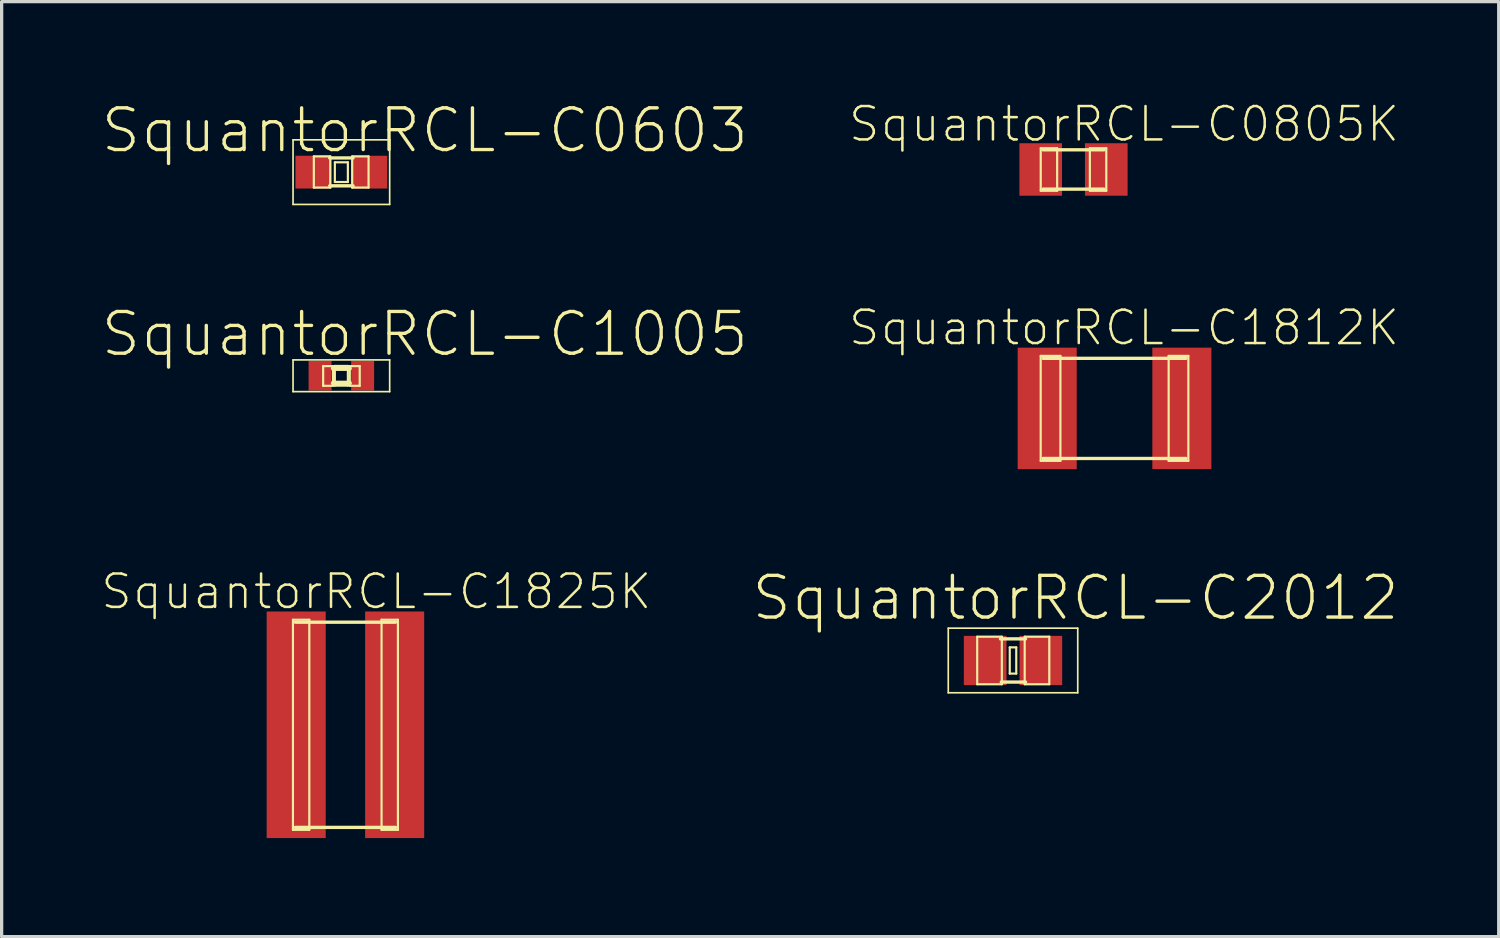
<source format=kicad_pcb>
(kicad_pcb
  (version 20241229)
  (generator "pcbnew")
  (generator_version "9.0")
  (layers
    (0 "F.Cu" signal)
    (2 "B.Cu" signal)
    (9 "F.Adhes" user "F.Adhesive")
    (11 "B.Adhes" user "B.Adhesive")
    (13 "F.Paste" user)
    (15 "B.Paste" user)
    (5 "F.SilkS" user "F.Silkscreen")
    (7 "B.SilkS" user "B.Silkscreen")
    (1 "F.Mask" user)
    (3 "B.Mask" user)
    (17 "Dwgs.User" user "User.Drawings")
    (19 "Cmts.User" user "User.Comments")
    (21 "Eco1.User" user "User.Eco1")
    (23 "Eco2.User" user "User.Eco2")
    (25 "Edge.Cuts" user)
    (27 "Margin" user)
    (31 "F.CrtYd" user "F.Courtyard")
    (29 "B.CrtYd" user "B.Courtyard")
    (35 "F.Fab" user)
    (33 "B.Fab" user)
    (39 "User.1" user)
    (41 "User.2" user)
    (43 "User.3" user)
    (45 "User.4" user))
  (footprint "SquantorRCL-C0805K"
    (layer "F.Cu")
    (at 29.634 2.11)
    (property "Reference" "SquantorRCL-C0805K" (at 1.539 -1.382 0) (layer "F.SilkS") (effects (font (size 1.016 1.016) (thickness 0.076))))
    (attr smd)
    (fp_line (start -0.998 -0.648) (end -0.498 -0.648) (stroke (width 0.066) (type solid)) (layer "F.SilkS"))
    (fp_line (start -0.998 0.648) (end -0.998 -0.648) (stroke (width 0.066) (type solid)) (layer "F.SilkS"))
    (fp_line (start -0.998 0.648) (end -0.498 0.648) (stroke (width 0.066) (type solid)) (layer "F.SilkS"))
    (fp_line (start -0.925 -0.599) (end 0.925 -0.599) (stroke (width 0.102) (type solid)) (layer "F.SilkS"))
    (fp_line (start -0.498 0.648) (end -0.498 -0.648) (stroke (width 0.066) (type solid)) (layer "F.SilkS"))
    (fp_line (start 0.498 -0.648) (end 0.998 -0.648) (stroke (width 0.066) (type solid)) (layer "F.SilkS"))
    (fp_line (start 0.498 0.648) (end 0.498 -0.648) (stroke (width 0.066) (type solid)) (layer "F.SilkS"))
    (fp_line (start 0.498 0.648) (end 0.998 0.648) (stroke (width 0.066) (type solid)) (layer "F.SilkS"))
    (fp_line (start 0.925 0.599) (end -0.925 0.599) (stroke (width 0.102) (type solid)) (layer "F.SilkS"))
    (fp_line (start 0.998 0.648) (end 0.998 -0.648) (stroke (width 0.066) (type solid)) (layer "F.SilkS"))
    (pad "1" smd rect (at -0.998 0) (size 1.298 1.598) (layers "F.Cu" "F.Mask" "F.Paste"))
    (pad "2" smd rect (at 0.998 0) (size 1.298 1.598) (layers "F.Cu" "F.Mask" "F.Paste")))
  (footprint "SquantorRCL-C1812K"
    (layer "F.Cu")
    (at 30.883 9.384)
    (property "Reference" "SquantorRCL-C1812K" (at 0.29 -2.456 0) (layer "F.SilkS") (effects (font (size 1.016 1.016) (thickness 0.076))))
    (attr smd)
    (fp_line (start -2.248 -1.598) (end -1.648 -1.598) (stroke (width 0.066) (type solid)) (layer "F.SilkS"))
    (fp_line (start -2.248 1.598) (end -2.248 -1.598) (stroke (width 0.066) (type solid)) (layer "F.SilkS"))
    (fp_line (start -2.248 1.598) (end -1.648 1.598) (stroke (width 0.066) (type solid)) (layer "F.SilkS"))
    (fp_line (start -2.174 -1.524) (end 2.174 -1.524) (stroke (width 0.102) (type solid)) (layer "F.SilkS"))
    (fp_line (start -1.648 1.598) (end -1.648 -1.598) (stroke (width 0.066) (type solid)) (layer "F.SilkS"))
    (fp_line (start 1.648 -1.598) (end 2.248 -1.598) (stroke (width 0.066) (type solid)) (layer "F.SilkS"))
    (fp_line (start 1.648 1.598) (end 1.648 -1.598) (stroke (width 0.066) (type solid)) (layer "F.SilkS"))
    (fp_line (start 1.648 1.598) (end 2.248 1.598) (stroke (width 0.066) (type solid)) (layer "F.SilkS"))
    (fp_line (start 2.174 1.524) (end -2.174 1.524) (stroke (width 0.102) (type solid)) (layer "F.SilkS"))
    (fp_line (start 2.248 1.598) (end 2.248 -1.598) (stroke (width 0.066) (type solid)) (layer "F.SilkS"))
    (pad "1" smd rect (at -2.05 0) (size 1.798 3.698) (layers "F.Cu" "F.Mask" "F.Paste"))
    (pad "2" smd rect (at 2.05 0) (size 1.798 3.698) (layers "F.Cu" "F.Mask" "F.Paste")))
  (footprint "SquantorRCL-C2012"
    (layer "F.Cu")
    (at 27.792 17.059)
    (property "Reference" "SquantorRCL-C2012" (at 1.905 -1.905 0) (layer "F.SilkS") (effects (font (size 1.27 1.27) (thickness 0.102))))
    (attr smd)
    (fp_line (start -1.971 -0.983) (end 1.971 -0.983) (stroke (width 0.051) (type solid)) (layer "F.SilkS"))
    (fp_line (start -1.971 0.983) (end -1.971 -0.983) (stroke (width 0.051) (type solid)) (layer "F.SilkS"))
    (fp_line (start -1.09 -0.724) (end -0.34 -0.724) (stroke (width 0.066) (type solid)) (layer "F.SilkS"))
    (fp_line (start -1.09 0.724) (end -1.09 -0.724) (stroke (width 0.066) (type solid)) (layer "F.SilkS"))
    (fp_line (start -1.09 0.724) (end -0.34 0.724) (stroke (width 0.066) (type solid)) (layer "F.SilkS"))
    (fp_line (start -0.381 -0.658) (end 0.381 -0.658) (stroke (width 0.102) (type solid)) (layer "F.SilkS"))
    (fp_line (start -0.356 0.658) (end 0.381 0.658) (stroke (width 0.102) (type solid)) (layer "F.SilkS"))
    (fp_line (start -0.34 0.724) (end -0.34 -0.724) (stroke (width 0.066) (type solid)) (layer "F.SilkS"))
    (fp_line (start -0.099 -0.399) (end 0.099 -0.399) (stroke (width 0.066) (type solid)) (layer "F.SilkS"))
    (fp_line (start -0.099 0.399) (end -0.099 -0.399) (stroke (width 0.066) (type solid)) (layer "F.SilkS"))
    (fp_line (start -0.099 0.399) (end 0.099 0.399) (stroke (width 0.066) (type solid)) (layer "F.SilkS"))
    (fp_line (start 0.099 0.399) (end 0.099 -0.399) (stroke (width 0.066) (type solid)) (layer "F.SilkS"))
    (fp_line (start 0.356 -0.724) (end 1.105 -0.724) (stroke (width 0.066) (type solid)) (layer "F.SilkS"))
    (fp_line (start 0.356 0.724) (end 0.356 -0.724) (stroke (width 0.066) (type solid)) (layer "F.SilkS"))
    (fp_line (start 0.356 0.724) (end 1.105 0.724) (stroke (width 0.066) (type solid)) (layer "F.SilkS"))
    (fp_line (start 1.105 0.724) (end 1.105 -0.724) (stroke (width 0.066) (type solid)) (layer "F.SilkS"))
    (fp_line (start 1.971 -0.983) (end 1.971 0.983) (stroke (width 0.051) (type solid)) (layer "F.SilkS"))
    (fp_line (start 1.971 0.983) (end -1.971 0.983) (stroke (width 0.051) (type solid)) (layer "F.SilkS"))
    (pad "1" smd rect (at -0.848 0) (size 1.298 1.499) (layers "F.Cu" "F.Mask" "F.Paste"))
    (pad "2" smd rect (at 0.848 0) (size 1.298 1.499) (layers "F.Cu" "F.Mask" "F.Paste")))
  (footprint "SquantorRCL-C0603"
    (layer "F.Cu")
    (at 7.343 2.191)
    (property "Reference" "SquantorRCL-C0603" (at 2.54 -1.27 0) (layer "F.SilkS") (effects (font (size 1.27 1.27) (thickness 0.102))))
    (attr smd)
    (fp_line (start -1.471 -0.983) (end 1.471 -0.983) (stroke (width 0.051) (type solid)) (layer "F.SilkS"))
    (fp_line (start -1.471 0.983) (end -1.471 -0.983) (stroke (width 0.051) (type solid)) (layer "F.SilkS"))
    (fp_line (start -0.838 -0.48) (end -0.338 -0.48) (stroke (width 0.066) (type solid)) (layer "F.SilkS"))
    (fp_line (start -0.838 0.47) (end -0.838 -0.48) (stroke (width 0.066) (type solid)) (layer "F.SilkS"))
    (fp_line (start -0.838 0.47) (end -0.338 0.47) (stroke (width 0.066) (type solid)) (layer "F.SilkS"))
    (fp_line (start -0.356 -0.432) (end 0.356 -0.432) (stroke (width 0.102) (type solid)) (layer "F.SilkS"))
    (fp_line (start -0.356 0.417) (end 0.356 0.417) (stroke (width 0.102) (type solid)) (layer "F.SilkS"))
    (fp_line (start -0.338 0.47) (end -0.338 -0.48) (stroke (width 0.066) (type solid)) (layer "F.SilkS"))
    (fp_line (start -0.198 -0.3) (end 0.198 -0.3) (stroke (width 0.066) (type solid)) (layer "F.SilkS"))
    (fp_line (start -0.198 0.3) (end -0.198 -0.3) (stroke (width 0.066) (type solid)) (layer "F.SilkS"))
    (fp_line (start -0.198 0.3) (end 0.198 0.3) (stroke (width 0.066) (type solid)) (layer "F.SilkS"))
    (fp_line (start 0.198 0.3) (end 0.198 -0.3) (stroke (width 0.066) (type solid)) (layer "F.SilkS"))
    (fp_line (start 0.33 -0.48) (end 0.828 -0.48) (stroke (width 0.066) (type solid)) (layer "F.SilkS"))
    (fp_line (start 0.33 0.47) (end 0.33 -0.48) (stroke (width 0.066) (type solid)) (layer "F.SilkS"))
    (fp_line (start 0.33 0.47) (end 0.828 0.47) (stroke (width 0.066) (type solid)) (layer "F.SilkS"))
    (fp_line (start 0.828 0.47) (end 0.828 -0.48) (stroke (width 0.066) (type solid)) (layer "F.SilkS"))
    (fp_line (start 1.471 -0.983) (end 1.471 0.983) (stroke (width 0.051) (type solid)) (layer "F.SilkS"))
    (fp_line (start 1.471 0.983) (end -1.471 0.983) (stroke (width 0.051) (type solid)) (layer "F.SilkS"))
    (pad "1" smd rect (at -0.848 0) (size 1.1 0.998) (layers "F.Cu" "F.Mask" "F.Paste"))
    (pad "2" smd rect (at 0.848 0) (size 1.1 0.998) (layers "F.Cu" "F.Mask" "F.Paste")))
  (footprint "SquantorRCL-C1005"
    (layer "F.Cu")
    (at 7.343 8.391)
    (property "Reference" "SquantorRCL-C1005" (at 2.54 -1.27 0) (layer "F.SilkS") (effects (font (size 1.27 1.27) (thickness 0.102))))
    (attr smd)
    (fp_line (start -1.471 -0.483) (end 1.471 -0.483) (stroke (width 0.051) (type solid)) (layer "F.SilkS"))
    (fp_line (start -1.471 0.483) (end -1.471 -0.483) (stroke (width 0.051) (type solid)) (layer "F.SilkS"))
    (fp_line (start -0.554 -0.295) (end -0.254 -0.295) (stroke (width 0.066) (type solid)) (layer "F.SilkS"))
    (fp_line (start -0.554 0.305) (end -0.554 -0.295) (stroke (width 0.066) (type solid)) (layer "F.SilkS"))
    (fp_line (start -0.554 0.305) (end -0.254 0.305) (stroke (width 0.066) (type solid)) (layer "F.SilkS"))
    (fp_line (start -0.254 0.305) (end -0.254 -0.295) (stroke (width 0.066) (type solid)) (layer "F.SilkS"))
    (fp_line (start -0.244 -0.224) (end 0.244 -0.224) (stroke (width 0.152) (type solid)) (layer "F.SilkS"))
    (fp_line (start -0.198 -0.3) (end 0.198 -0.3) (stroke (width 0.066) (type solid)) (layer "F.SilkS"))
    (fp_line (start -0.198 0.3) (end -0.198 -0.3) (stroke (width 0.066) (type solid)) (layer "F.SilkS"))
    (fp_line (start -0.198 0.3) (end 0.198 0.3) (stroke (width 0.066) (type solid)) (layer "F.SilkS"))
    (fp_line (start 0.198 0.3) (end 0.198 -0.3) (stroke (width 0.066) (type solid)) (layer "F.SilkS"))
    (fp_line (start 0.244 0.224) (end -0.244 0.224) (stroke (width 0.152) (type solid)) (layer "F.SilkS"))
    (fp_line (start 0.257 -0.295) (end 0.559 -0.295) (stroke (width 0.066) (type solid)) (layer "F.SilkS"))
    (fp_line (start 0.257 0.305) (end 0.257 -0.295) (stroke (width 0.066) (type solid)) (layer "F.SilkS"))
    (fp_line (start 0.257 0.305) (end 0.559 0.305) (stroke (width 0.066) (type solid)) (layer "F.SilkS"))
    (fp_line (start 0.559 0.305) (end 0.559 -0.295) (stroke (width 0.066) (type solid)) (layer "F.SilkS"))
    (fp_line (start 1.471 -0.483) (end 1.471 0.483) (stroke (width 0.051) (type solid)) (layer "F.SilkS"))
    (fp_line (start 1.471 0.483) (end -1.471 0.483) (stroke (width 0.051) (type solid)) (layer "F.SilkS"))
    (pad "1" smd rect (at -0.648 0) (size 0.699 0.899) (layers "F.Cu" "F.Mask" "F.Paste"))
    (pad "2" smd rect (at 0.648 0) (size 0.699 0.899) (layers "F.Cu" "F.Mask" "F.Paste")))
  (footprint "SquantorRCL-C1825K"
    (layer "F.Cu")
    (at 7.467 19.017)
    (property "Reference" "SquantorRCL-C1825K" (at 0.94 -4.056 0) (layer "F.SilkS") (effects (font (size 1.016 1.016) (thickness 0.076))))
    (attr smd)
    (fp_line (start -1.598 -3.198) (end -1.1 -3.198) (stroke (width 0.066) (type solid)) (layer "F.SilkS"))
    (fp_line (start -1.598 3.198) (end -1.598 -3.198) (stroke (width 0.066) (type solid)) (layer "F.SilkS"))
    (fp_line (start -1.598 3.198) (end -1.1 3.198) (stroke (width 0.066) (type solid)) (layer "F.SilkS"))
    (fp_line (start -1.524 -3.124) (end 1.524 -3.124) (stroke (width 0.102) (type solid)) (layer "F.SilkS"))
    (fp_line (start -1.1 3.198) (end -1.1 -3.198) (stroke (width 0.066) (type solid)) (layer "F.SilkS"))
    (fp_line (start 1.1 -3.198) (end 1.598 -3.198) (stroke (width 0.066) (type solid)) (layer "F.SilkS"))
    (fp_line (start 1.1 3.198) (end 1.1 -3.198) (stroke (width 0.066) (type solid)) (layer "F.SilkS"))
    (fp_line (start 1.1 3.198) (end 1.598 3.198) (stroke (width 0.066) (type solid)) (layer "F.SilkS"))
    (fp_line (start 1.524 3.124) (end -1.524 3.124) (stroke (width 0.102) (type solid)) (layer "F.SilkS"))
    (fp_line (start 1.598 3.198) (end 1.598 -3.198) (stroke (width 0.066) (type solid)) (layer "F.SilkS"))
    (pad "1" smd rect (at -1.499 0) (size 1.798 6.899) (layers "F.Cu" "F.Mask" "F.Paste"))
    (pad "2" smd rect (at 1.499 0) (size 1.798 6.899) (layers "F.Cu" "F.Mask" "F.Paste")))
  (gr_rect
    (start -3 -3)
    (end 42.58 25.467)
    (stroke (width 0.1) (type default))
    (fill no)
    (layer "Edge.Cuts")))
</source>
